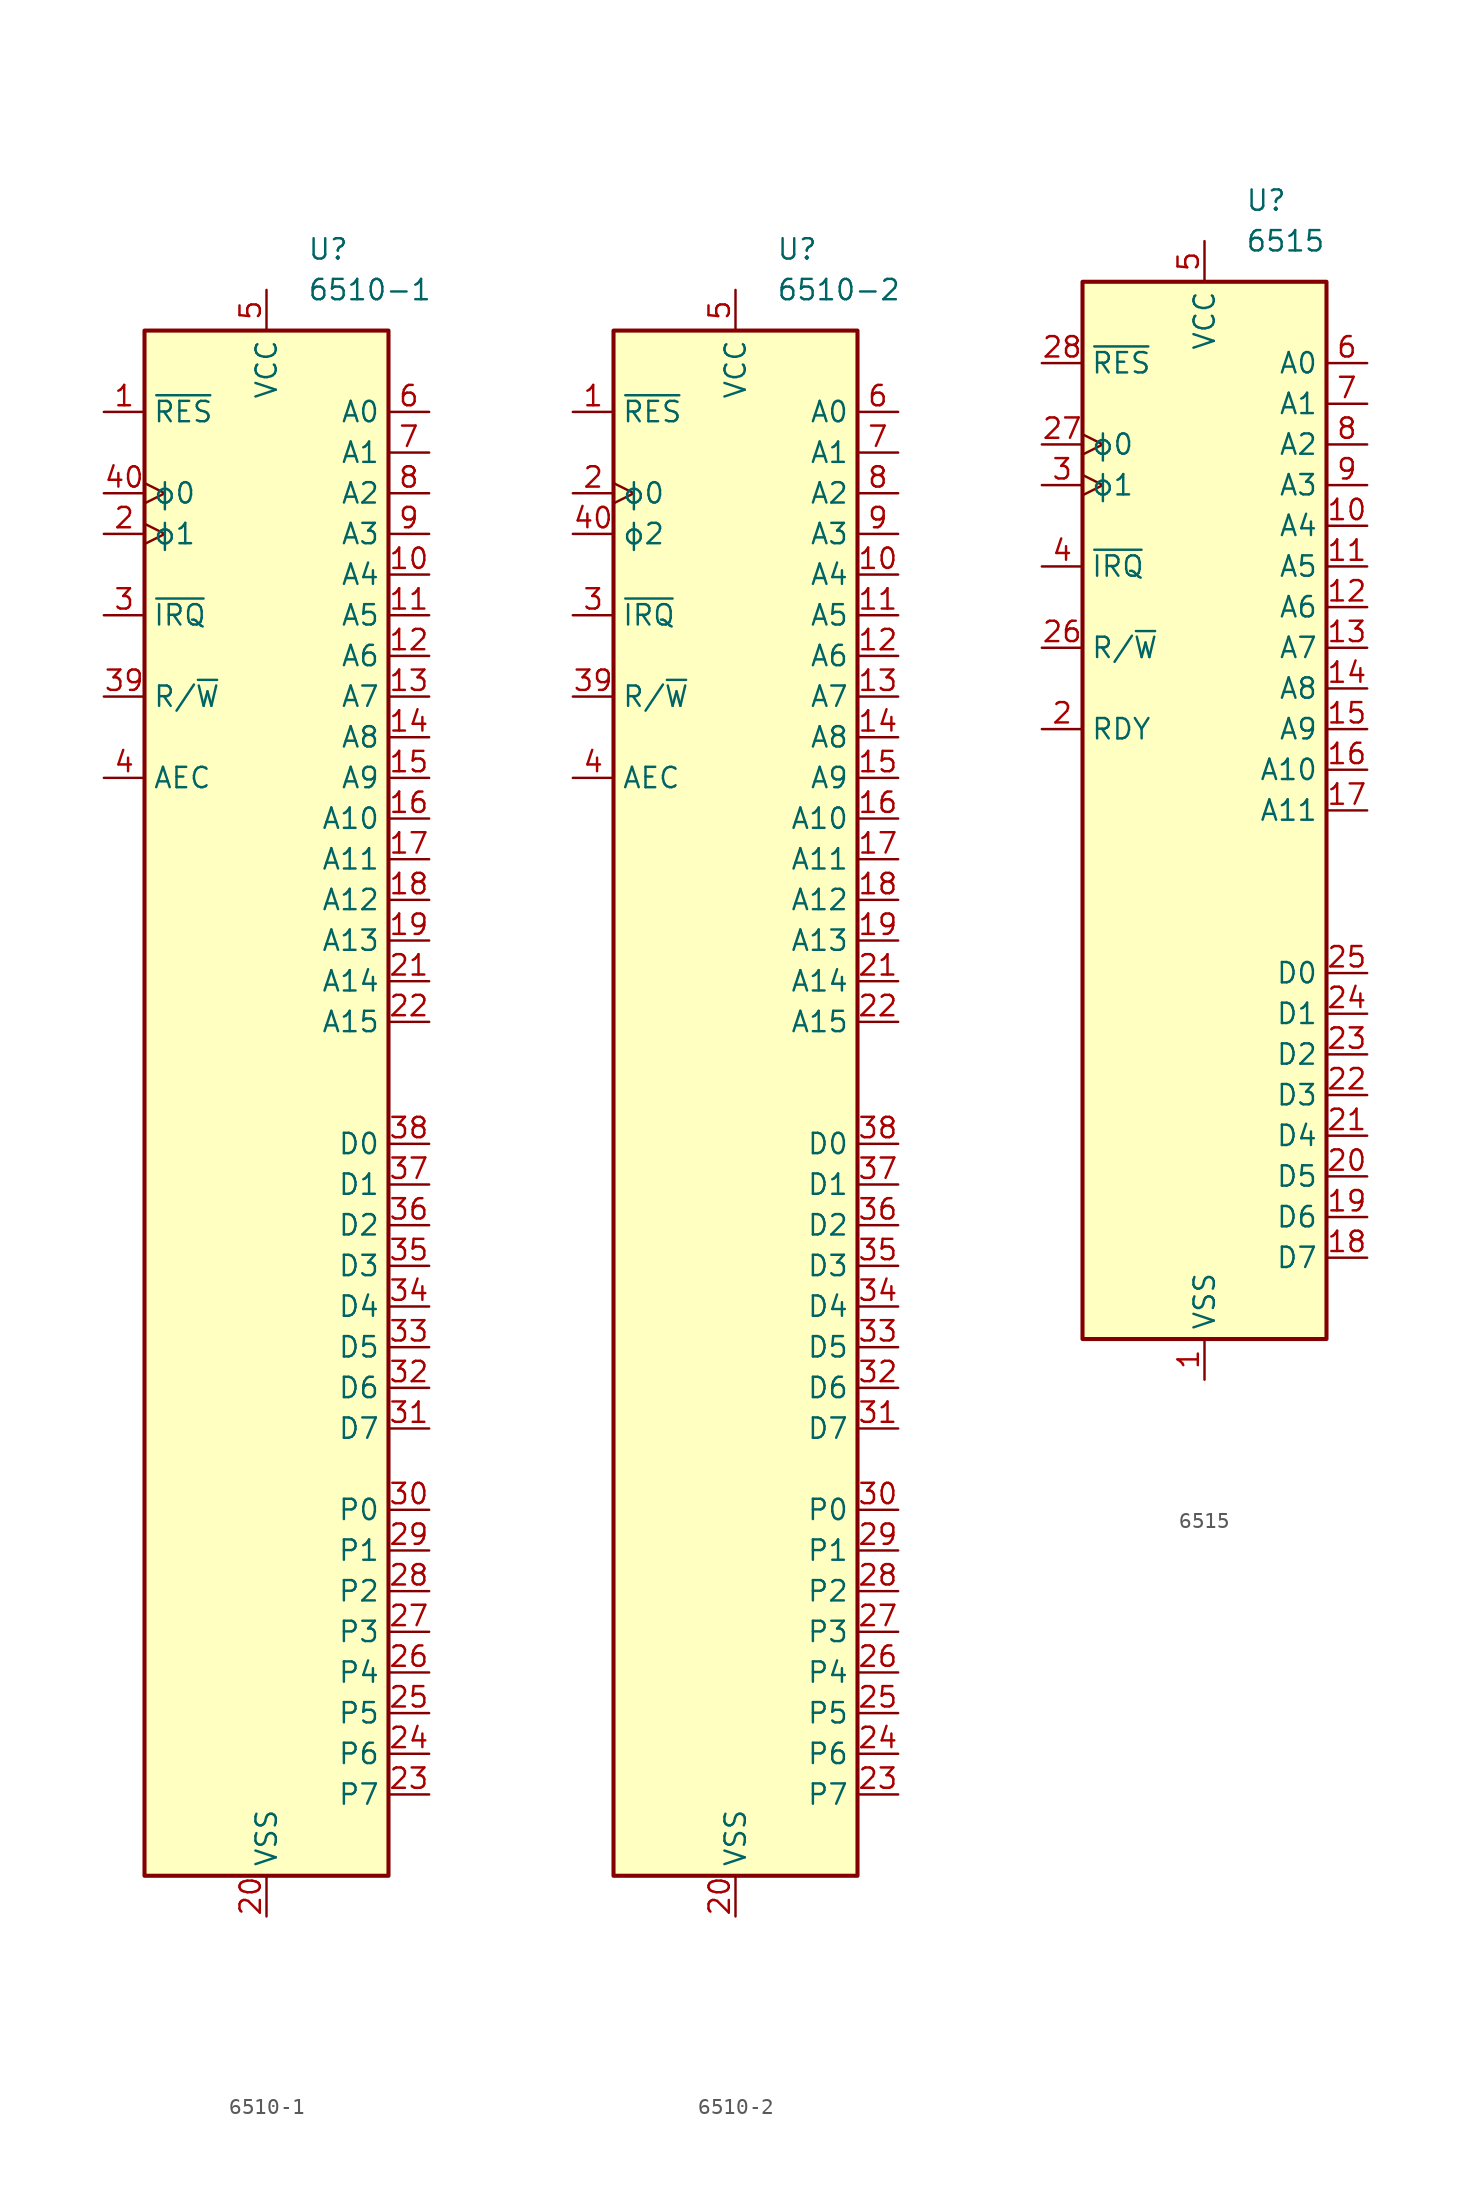
<source format=kicad_sym>
(kicad_symbol_lib
  (version 20220914)
  (generator kicad_symbol_editor)
  (symbol "6510-1"
    (property "Reference" "U"
      (at 2.54 53.34 0)
      (effects (font (size 1.27 1.27)) (justify left)))
    (property "Value" "6510-1"
      (at 2.54 50.8 0)
      (effects (font (size 1.27 1.27)) (justify left)))
    (symbol "6510-1_0_1"
      (rectangle (start -7.62 48.26) (end 7.62 -48.26) (stroke (width 0.254) (type default)) (fill (type background))))
    (symbol "6510-1_1_1"
      (pin input line (at -10.16 43.18 0) (length 2.54) (name "~{RES}" (effects (font (size 1.27 1.27)))) (number "1" (effects (font (size 1.27 1.27)))))
      (pin tri_state line (at 10.16 33.02 180) (length 2.54) (name "A4" (effects (font (size 1.27 1.27)))) (number "10" (effects (font (size 1.27 1.27)))))
      (pin tri_state line (at 10.16 30.48 180) (length 2.54) (name "A5" (effects (font (size 1.27 1.27)))) (number "11" (effects (font (size 1.27 1.27)))))
      (pin tri_state line (at 10.16 27.94 180) (length 2.54) (name "A6" (effects (font (size 1.27 1.27)))) (number "12" (effects (font (size 1.27 1.27)))))
      (pin tri_state line (at 10.16 25.4 180) (length 2.54) (name "A7" (effects (font (size 1.27 1.27)))) (number "13" (effects (font (size 1.27 1.27)))))
      (pin tri_state line (at 10.16 22.86 180) (length 2.54) (name "A8" (effects (font (size 1.27 1.27)))) (number "14" (effects (font (size 1.27 1.27)))))
      (pin tri_state line (at 10.16 20.32 180) (length 2.54) (name "A9" (effects (font (size 1.27 1.27)))) (number "15" (effects (font (size 1.27 1.27)))))
      (pin tri_state line (at 10.16 17.78 180) (length 2.54) (name "A10" (effects (font (size 1.27 1.27)))) (number "16" (effects (font (size 1.27 1.27)))))
      (pin tri_state line (at 10.16 15.24 180) (length 2.54) (name "A11" (effects (font (size 1.27 1.27)))) (number "17" (effects (font (size 1.27 1.27)))))
      (pin tri_state line (at 10.16 12.7 180) (length 2.54) (name "A12" (effects (font (size 1.27 1.27)))) (number "18" (effects (font (size 1.27 1.27)))))
      (pin tri_state line (at 10.16 10.16 180) (length 2.54) (name "A13" (effects (font (size 1.27 1.27)))) (number "19" (effects (font (size 1.27 1.27)))))
      (pin input clock (at -10.16 35.56 0) (length 2.54) (name "ϕ1" (effects (font (size 1.27 1.27)))) (number "2" (effects (font (size 1.27 1.27)))))
      (pin power_in line (at 0 -50.8 90) (length 2.54) (name "VSS" (effects (font (size 1.27 1.27)))) (number "20" (effects (font (size 1.27 1.27)))))
      (pin tri_state line (at 10.16 7.62 180) (length 2.54) (name "A14" (effects (font (size 1.27 1.27)))) (number "21" (effects (font (size 1.27 1.27)))))
      (pin tri_state line (at 10.16 5.08 180) (length 2.54) (name "A15" (effects (font (size 1.27 1.27)))) (number "22" (effects (font (size 1.27 1.27)))))
      (pin bidirectional line (at 10.16 -43.18 180) (length 2.54) (name "P7" (effects (font (size 1.27 1.27)))) (number "23" (effects (font (size 1.27 1.27)))))
      (pin bidirectional line (at 10.16 -40.64 180) (length 2.54) (name "P6" (effects (font (size 1.27 1.27)))) (number "24" (effects (font (size 1.27 1.27)))))
      (pin bidirectional line (at 10.16 -38.1 180) (length 2.54) (name "P5" (effects (font (size 1.27 1.27)))) (number "25" (effects (font (size 1.27 1.27)))))
      (pin bidirectional line (at 10.16 -35.56 180) (length 2.54) (name "P4" (effects (font (size 1.27 1.27)))) (number "26" (effects (font (size 1.27 1.27)))))
      (pin bidirectional line (at 10.16 -33.02 180) (length 2.54) (name "P3" (effects (font (size 1.27 1.27)))) (number "27" (effects (font (size 1.27 1.27)))))
      (pin bidirectional line (at 10.16 -30.48 180) (length 2.54) (name "P2" (effects (font (size 1.27 1.27)))) (number "28" (effects (font (size 1.27 1.27)))))
      (pin bidirectional line (at 10.16 -27.94 180) (length 2.54) (name "P1" (effects (font (size 1.27 1.27)))) (number "29" (effects (font (size 1.27 1.27)))))
      (pin input line (at -10.16 30.48 0) (length 2.54) (name "~{IRQ}" (effects (font (size 1.27 1.27)))) (number "3" (effects (font (size 1.27 1.27)))))
      (pin bidirectional line (at 10.16 -25.4 180) (length 2.54) (name "P0" (effects (font (size 1.27 1.27)))) (number "30" (effects (font (size 1.27 1.27)))))
      (pin bidirectional line (at 10.16 -20.32 180) (length 2.54) (name "D7" (effects (font (size 1.27 1.27)))) (number "31" (effects (font (size 1.27 1.27)))))
      (pin bidirectional line (at 10.16 -17.78 180) (length 2.54) (name "D6" (effects (font (size 1.27 1.27)))) (number "32" (effects (font (size 1.27 1.27)))))
      (pin bidirectional line (at 10.16 -15.24 180) (length 2.54) (name "D5" (effects (font (size 1.27 1.27)))) (number "33" (effects (font (size 1.27 1.27)))))
      (pin bidirectional line (at 10.16 -12.7 180) (length 2.54) (name "D4" (effects (font (size 1.27 1.27)))) (number "34" (effects (font (size 1.27 1.27)))))
      (pin bidirectional line (at 10.16 -10.16 180) (length 2.54) (name "D3" (effects (font (size 1.27 1.27)))) (number "35" (effects (font (size 1.27 1.27)))))
      (pin bidirectional line (at 10.16 -7.62 180) (length 2.54) (name "D2" (effects (font (size 1.27 1.27)))) (number "36" (effects (font (size 1.27 1.27)))))
      (pin bidirectional line (at 10.16 -5.08 180) (length 2.54) (name "D1" (effects (font (size 1.27 1.27)))) (number "37" (effects (font (size 1.27 1.27)))))
      (pin bidirectional line (at 10.16 -2.54 180) (length 2.54) (name "D0" (effects (font (size 1.27 1.27)))) (number "38" (effects (font (size 1.27 1.27)))))
      (pin tri_state line (at -10.16 25.4 0) (length 2.54) (name "R/~{W}" (effects (font (size 1.27 1.27)))) (number "39" (effects (font (size 1.27 1.27)))))
      (pin input line (at -10.16 20.32 0) (length 2.54) (name "AEC" (effects (font (size 1.27 1.27)))) (number "4" (effects (font (size 1.27 1.27)))))
      (pin input clock (at -10.16 38.1 0) (length 2.54) (name "ϕ0" (effects (font (size 1.27 1.27)))) (number "40" (effects (font (size 1.27 1.27)))))
      (pin power_in line (at 0 50.8 270) (length 2.54) (name "VCC" (effects (font (size 1.27 1.27)))) (number "5" (effects (font (size 1.27 1.27)))))
      (pin tri_state line (at 10.16 43.18 180) (length 2.54) (name "A0" (effects (font (size 1.27 1.27)))) (number "6" (effects (font (size 1.27 1.27)))))
      (pin tri_state line (at 10.16 40.64 180) (length 2.54) (name "A1" (effects (font (size 1.27 1.27)))) (number "7" (effects (font (size 1.27 1.27)))))
      (pin tri_state line (at 10.16 38.1 180) (length 2.54) (name "A2" (effects (font (size 1.27 1.27)))) (number "8" (effects (font (size 1.27 1.27)))))
      (pin tri_state line (at 10.16 35.56 180) (length 2.54) (name "A3" (effects (font (size 1.27 1.27)))) (number "9" (effects (font (size 1.27 1.27)))))))
  (symbol "6510-2"
    (property "Reference" "U"
      (at 2.54 53.34 0)
      (effects (font (size 1.27 1.27)) (justify left)))
    (property "Value" "6510-2"
      (at 2.54 50.8 0)
      (effects (font (size 1.27 1.27)) (justify left)))
    (symbol "6510-2_0_1"
      (rectangle (start -7.62 48.26) (end 7.62 -48.26) (stroke (width 0.254) (type default)) (fill (type background))))
    (symbol "6510-2_1_1"
      (pin input line (at -10.16 43.18 0) (length 2.54) (name "~{RES}" (effects (font (size 1.27 1.27)))) (number "1" (effects (font (size 1.27 1.27)))))
      (pin tri_state line (at 10.16 33.02 180) (length 2.54) (name "A4" (effects (font (size 1.27 1.27)))) (number "10" (effects (font (size 1.27 1.27)))))
      (pin tri_state line (at 10.16 30.48 180) (length 2.54) (name "A5" (effects (font (size 1.27 1.27)))) (number "11" (effects (font (size 1.27 1.27)))))
      (pin tri_state line (at 10.16 27.94 180) (length 2.54) (name "A6" (effects (font (size 1.27 1.27)))) (number "12" (effects (font (size 1.27 1.27)))))
      (pin tri_state line (at 10.16 25.4 180) (length 2.54) (name "A7" (effects (font (size 1.27 1.27)))) (number "13" (effects (font (size 1.27 1.27)))))
      (pin tri_state line (at 10.16 22.86 180) (length 2.54) (name "A8" (effects (font (size 1.27 1.27)))) (number "14" (effects (font (size 1.27 1.27)))))
      (pin tri_state line (at 10.16 20.32 180) (length 2.54) (name "A9" (effects (font (size 1.27 1.27)))) (number "15" (effects (font (size 1.27 1.27)))))
      (pin tri_state line (at 10.16 17.78 180) (length 2.54) (name "A10" (effects (font (size 1.27 1.27)))) (number "16" (effects (font (size 1.27 1.27)))))
      (pin tri_state line (at 10.16 15.24 180) (length 2.54) (name "A11" (effects (font (size 1.27 1.27)))) (number "17" (effects (font (size 1.27 1.27)))))
      (pin tri_state line (at 10.16 12.7 180) (length 2.54) (name "A12" (effects (font (size 1.27 1.27)))) (number "18" (effects (font (size 1.27 1.27)))))
      (pin tri_state line (at 10.16 10.16 180) (length 2.54) (name "A13" (effects (font (size 1.27 1.27)))) (number "19" (effects (font (size 1.27 1.27)))))
      (pin input clock (at -10.16 38.1 0) (length 2.54) (name "ϕ0" (effects (font (size 1.27 1.27)))) (number "2" (effects (font (size 1.27 1.27)))))
      (pin power_in line (at 0 -50.8 90) (length 2.54) (name "VSS" (effects (font (size 1.27 1.27)))) (number "20" (effects (font (size 1.27 1.27)))))
      (pin tri_state line (at 10.16 7.62 180) (length 2.54) (name "A14" (effects (font (size 1.27 1.27)))) (number "21" (effects (font (size 1.27 1.27)))))
      (pin tri_state line (at 10.16 5.08 180) (length 2.54) (name "A15" (effects (font (size 1.27 1.27)))) (number "22" (effects (font (size 1.27 1.27)))))
      (pin bidirectional line (at 10.16 -43.18 180) (length 2.54) (name "P7" (effects (font (size 1.27 1.27)))) (number "23" (effects (font (size 1.27 1.27)))))
      (pin bidirectional line (at 10.16 -40.64 180) (length 2.54) (name "P6" (effects (font (size 1.27 1.27)))) (number "24" (effects (font (size 1.27 1.27)))))
      (pin bidirectional line (at 10.16 -38.1 180) (length 2.54) (name "P5" (effects (font (size 1.27 1.27)))) (number "25" (effects (font (size 1.27 1.27)))))
      (pin bidirectional line (at 10.16 -35.56 180) (length 2.54) (name "P4" (effects (font (size 1.27 1.27)))) (number "26" (effects (font (size 1.27 1.27)))))
      (pin bidirectional line (at 10.16 -33.02 180) (length 2.54) (name "P3" (effects (font (size 1.27 1.27)))) (number "27" (effects (font (size 1.27 1.27)))))
      (pin bidirectional line (at 10.16 -30.48 180) (length 2.54) (name "P2" (effects (font (size 1.27 1.27)))) (number "28" (effects (font (size 1.27 1.27)))))
      (pin bidirectional line (at 10.16 -27.94 180) (length 2.54) (name "P1" (effects (font (size 1.27 1.27)))) (number "29" (effects (font (size 1.27 1.27)))))
      (pin input line (at -10.16 30.48 0) (length 2.54) (name "~{IRQ}" (effects (font (size 1.27 1.27)))) (number "3" (effects (font (size 1.27 1.27)))))
      (pin bidirectional line (at 10.16 -25.4 180) (length 2.54) (name "P0" (effects (font (size 1.27 1.27)))) (number "30" (effects (font (size 1.27 1.27)))))
      (pin bidirectional line (at 10.16 -20.32 180) (length 2.54) (name "D7" (effects (font (size 1.27 1.27)))) (number "31" (effects (font (size 1.27 1.27)))))
      (pin bidirectional line (at 10.16 -17.78 180) (length 2.54) (name "D6" (effects (font (size 1.27 1.27)))) (number "32" (effects (font (size 1.27 1.27)))))
      (pin bidirectional line (at 10.16 -15.24 180) (length 2.54) (name "D5" (effects (font (size 1.27 1.27)))) (number "33" (effects (font (size 1.27 1.27)))))
      (pin bidirectional line (at 10.16 -12.7 180) (length 2.54) (name "D4" (effects (font (size 1.27 1.27)))) (number "34" (effects (font (size 1.27 1.27)))))
      (pin bidirectional line (at 10.16 -10.16 180) (length 2.54) (name "D3" (effects (font (size 1.27 1.27)))) (number "35" (effects (font (size 1.27 1.27)))))
      (pin bidirectional line (at 10.16 -7.62 180) (length 2.54) (name "D2" (effects (font (size 1.27 1.27)))) (number "36" (effects (font (size 1.27 1.27)))))
      (pin bidirectional line (at 10.16 -5.08 180) (length 2.54) (name "D1" (effects (font (size 1.27 1.27)))) (number "37" (effects (font (size 1.27 1.27)))))
      (pin bidirectional line (at 10.16 -2.54 180) (length 2.54) (name "D0" (effects (font (size 1.27 1.27)))) (number "38" (effects (font (size 1.27 1.27)))))
      (pin tri_state line (at -10.16 25.4 0) (length 2.54) (name "R/~{W}" (effects (font (size 1.27 1.27)))) (number "39" (effects (font (size 1.27 1.27)))))
      (pin input line (at -10.16 20.32 0) (length 2.54) (name "AEC" (effects (font (size 1.27 1.27)))) (number "4" (effects (font (size 1.27 1.27)))))
      (pin output line (at -10.16 35.56 0) (length 2.54) (name "ϕ2" (effects (font (size 1.27 1.27)))) (number "40" (effects (font (size 1.27 1.27)))))
      (pin power_in line (at 0 50.8 270) (length 2.54) (name "VCC" (effects (font (size 1.27 1.27)))) (number "5" (effects (font (size 1.27 1.27)))))
      (pin tri_state line (at 10.16 43.18 180) (length 2.54) (name "A0" (effects (font (size 1.27 1.27)))) (number "6" (effects (font (size 1.27 1.27)))))
      (pin tri_state line (at 10.16 40.64 180) (length 2.54) (name "A1" (effects (font (size 1.27 1.27)))) (number "7" (effects (font (size 1.27 1.27)))))
      (pin tri_state line (at 10.16 38.1 180) (length 2.54) (name "A2" (effects (font (size 1.27 1.27)))) (number "8" (effects (font (size 1.27 1.27)))))
      (pin tri_state line (at 10.16 35.56 180) (length 2.54) (name "A3" (effects (font (size 1.27 1.27)))) (number "9" (effects (font (size 1.27 1.27)))))))
  (symbol "6515"
    (property "Reference" "U"
      (at 2.54 38.1 0)
      (effects (font (size 1.27 1.27)) (justify left)))
    (property "Value" "6515"
      (at 2.54 35.56 0)
      (effects (font (size 1.27 1.27)) (justify left)))
    (symbol "6515_0_1"
      (rectangle (start -7.62 33.02) (end 7.62 -33.02) (stroke (width 0.254) (type default)) (fill (type background))))
    (symbol "6515_1_1"
      (pin power_in line (at 0 -35.56 90) (length 2.54) (name "VSS" (effects (font (size 1.27 1.27)))) (number "1" (effects (font (size 1.27 1.27)))))
      (pin output line (at 10.16 17.78 180) (length 2.54) (name "A4" (effects (font (size 1.27 1.27)))) (number "10" (effects (font (size 1.27 1.27)))))
      (pin output line (at 10.16 15.24 180) (length 2.54) (name "A5" (effects (font (size 1.27 1.27)))) (number "11" (effects (font (size 1.27 1.27)))))
      (pin output line (at 10.16 12.7 180) (length 2.54) (name "A6" (effects (font (size 1.27 1.27)))) (number "12" (effects (font (size 1.27 1.27)))))
      (pin output line (at 10.16 10.16 180) (length 2.54) (name "A7" (effects (font (size 1.27 1.27)))) (number "13" (effects (font (size 1.27 1.27)))))
      (pin output line (at 10.16 7.62 180) (length 2.54) (name "A8" (effects (font (size 1.27 1.27)))) (number "14" (effects (font (size 1.27 1.27)))))
      (pin output line (at 10.16 5.08 180) (length 2.54) (name "A9" (effects (font (size 1.27 1.27)))) (number "15" (effects (font (size 1.27 1.27)))))
      (pin output line (at 10.16 2.54 180) (length 2.54) (name "A10" (effects (font (size 1.27 1.27)))) (number "16" (effects (font (size 1.27 1.27)))))
      (pin output line (at 10.16 0 180) (length 2.54) (name "A11" (effects (font (size 1.27 1.27)))) (number "17" (effects (font (size 1.27 1.27)))))
      (pin bidirectional line (at 10.16 -27.94 180) (length 2.54) (name "D7" (effects (font (size 1.27 1.27)))) (number "18" (effects (font (size 1.27 1.27)))))
      (pin bidirectional line (at 10.16 -25.4 180) (length 2.54) (name "D6" (effects (font (size 1.27 1.27)))) (number "19" (effects (font (size 1.27 1.27)))))
      (pin input line (at -10.16 5.08 0) (length 2.54) (name "RDY" (effects (font (size 1.27 1.27)))) (number "2" (effects (font (size 1.27 1.27)))))
      (pin bidirectional line (at 10.16 -22.86 180) (length 2.54) (name "D5" (effects (font (size 1.27 1.27)))) (number "20" (effects (font (size 1.27 1.27)))))
      (pin bidirectional line (at 10.16 -20.32 180) (length 2.54) (name "D4" (effects (font (size 1.27 1.27)))) (number "21" (effects (font (size 1.27 1.27)))))
      (pin bidirectional line (at 10.16 -17.78 180) (length 2.54) (name "D3" (effects (font (size 1.27 1.27)))) (number "22" (effects (font (size 1.27 1.27)))))
      (pin bidirectional line (at 10.16 -15.24 180) (length 2.54) (name "D2" (effects (font (size 1.27 1.27)))) (number "23" (effects (font (size 1.27 1.27)))))
      (pin bidirectional line (at 10.16 -12.7 180) (length 2.54) (name "D1" (effects (font (size 1.27 1.27)))) (number "24" (effects (font (size 1.27 1.27)))))
      (pin bidirectional line (at 10.16 -10.16 180) (length 2.54) (name "D0" (effects (font (size 1.27 1.27)))) (number "25" (effects (font (size 1.27 1.27)))))
      (pin output line (at -10.16 10.16 0) (length 2.54) (name "R/~{W}" (effects (font (size 1.27 1.27)))) (number "26" (effects (font (size 1.27 1.27)))))
      (pin input clock (at -10.16 22.86 0) (length 2.54) (name "ϕ0" (effects (font (size 1.27 1.27)))) (number "27" (effects (font (size 1.27 1.27)))))
      (pin input line (at -10.16 27.94 0) (length 2.54) (name "~{RES}" (effects (font (size 1.27 1.27)))) (number "28" (effects (font (size 1.27 1.27)))))
      (pin input clock (at -10.16 20.32 0) (length 2.54) (name "ϕ1" (effects (font (size 1.27 1.27)))) (number "3" (effects (font (size 1.27 1.27)))))
      (pin input line (at -10.16 15.24 0) (length 2.54) (name "~{IRQ}" (effects (font (size 1.27 1.27)))) (number "4" (effects (font (size 1.27 1.27)))))
      (pin power_in line (at 0 35.56 270) (length 2.54) (name "VCC" (effects (font (size 1.27 1.27)))) (number "5" (effects (font (size 1.27 1.27)))))
      (pin output line (at 10.16 27.94 180) (length 2.54) (name "A0" (effects (font (size 1.27 1.27)))) (number "6" (effects (font (size 1.27 1.27)))))
      (pin output line (at 10.16 25.4 180) (length 2.54) (name "A1" (effects (font (size 1.27 1.27)))) (number "7" (effects (font (size 1.27 1.27)))))
      (pin output line (at 10.16 22.86 180) (length 2.54) (name "A2" (effects (font (size 1.27 1.27)))) (number "8" (effects (font (size 1.27 1.27)))))
      (pin output line (at 10.16 20.32 180) (length 2.54) (name "A3" (effects (font (size 1.27 1.27)))) (number "9" (effects (font (size 1.27 1.27))))))))
</source>
